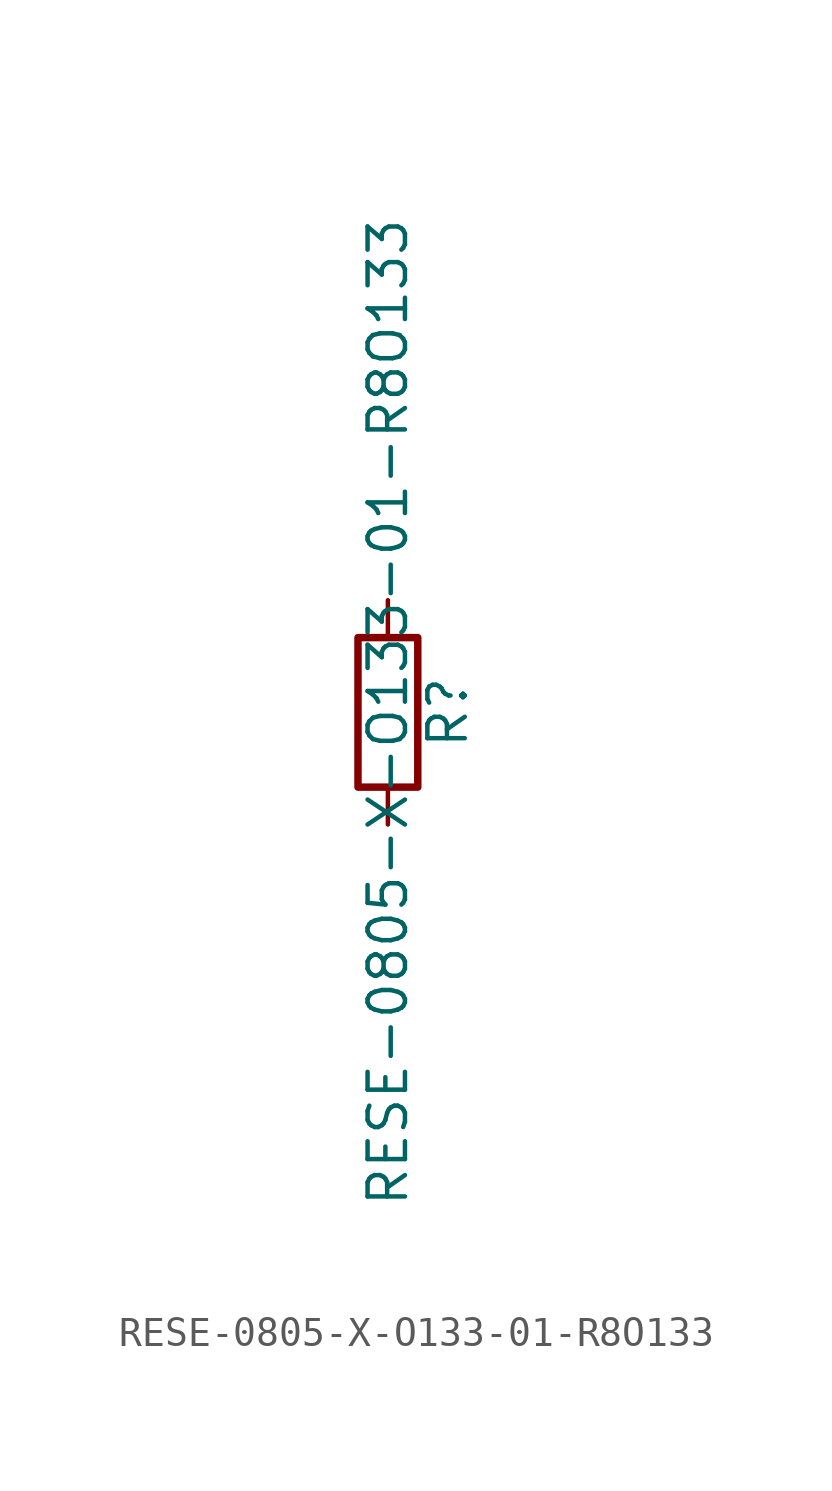
<source format=kicad_sym>
(kicad_symbol_lib
  (version 20211014)
  (generator kicad_symbol_editor)
  (symbol "RESE-0805-X-O133-01-R8O133"
    (pin_numbers hide)
    (pin_names
      (offset 0))
    (property "Reference" "R"
      (at 2.032 0 90)
      (effects (font (size 1.27 1.27))))
    (property "Value" "RESE-0805-X-O133-01-R8O133"
      (at 0 0 90)
      (effects (font (size 1.27 1.27))))
    (symbol "RESE-0805-X-O133-01-R8O133_0_1"
      (rectangle (start -1.016 -2.54) (end 1.016 2.54) (stroke (width 0.254) (type default) (color 0 0 0 0)) (fill (type none))))
    (symbol "RESE-0805-X-O133-01-R8O133_1_1"
      (pin passive line (at 0 3.81 270) (length 1.27) (name "~" (effects (font (size 1.27 1.27)))) (number "1" (effects (font (size 1.27 1.27)))))
      (pin passive line (at 0 -3.81 90) (length 1.27) (name "~" (effects (font (size 1.27 1.27)))) (number "2" (effects (font (size 1.27 1.27))))))))
</source>
